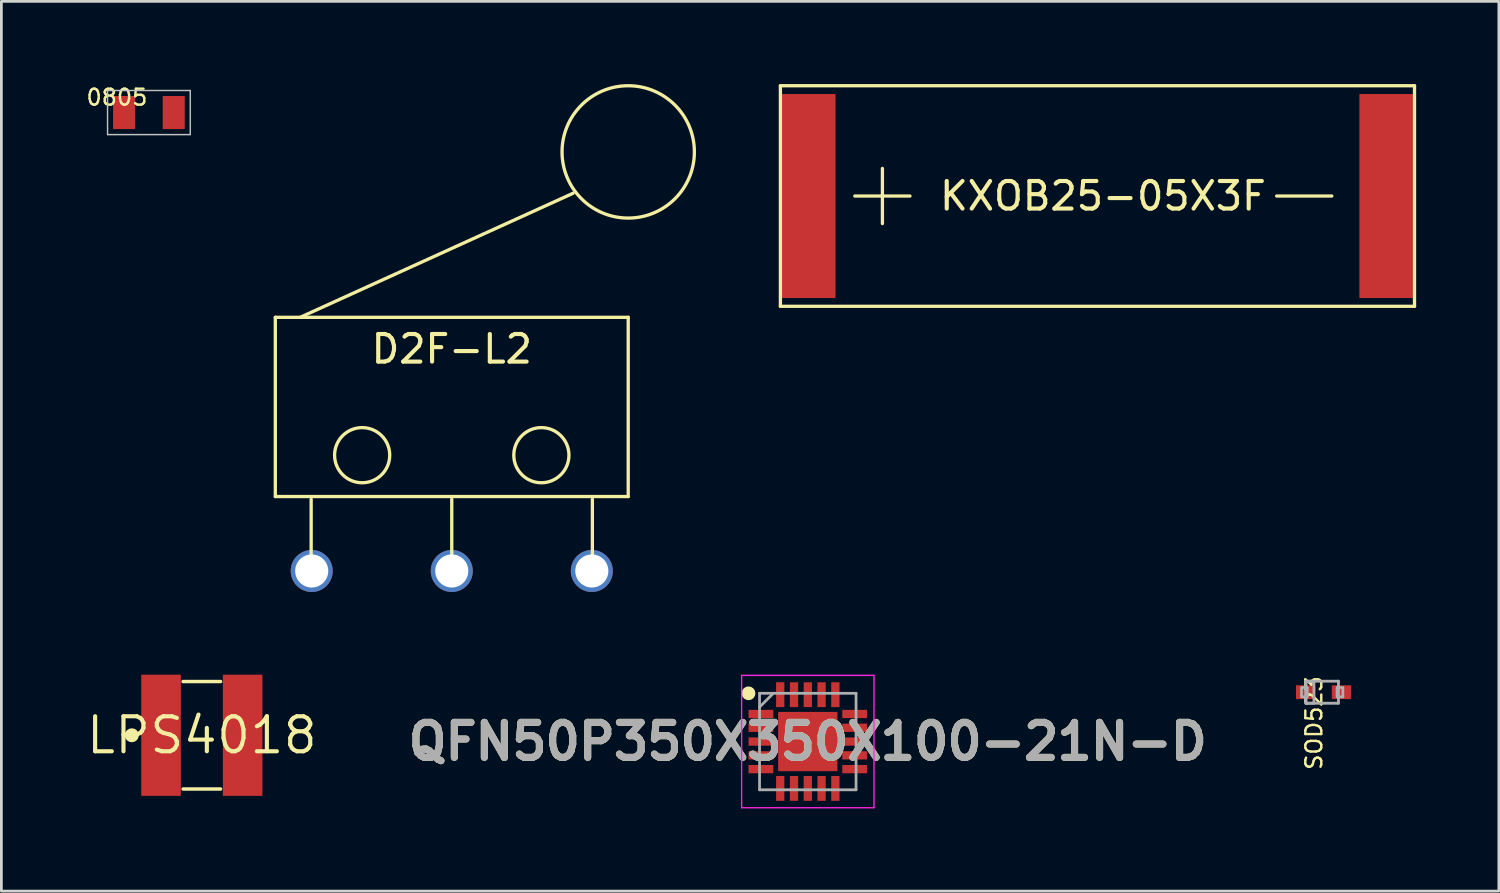
<source format=kicad_pcb>
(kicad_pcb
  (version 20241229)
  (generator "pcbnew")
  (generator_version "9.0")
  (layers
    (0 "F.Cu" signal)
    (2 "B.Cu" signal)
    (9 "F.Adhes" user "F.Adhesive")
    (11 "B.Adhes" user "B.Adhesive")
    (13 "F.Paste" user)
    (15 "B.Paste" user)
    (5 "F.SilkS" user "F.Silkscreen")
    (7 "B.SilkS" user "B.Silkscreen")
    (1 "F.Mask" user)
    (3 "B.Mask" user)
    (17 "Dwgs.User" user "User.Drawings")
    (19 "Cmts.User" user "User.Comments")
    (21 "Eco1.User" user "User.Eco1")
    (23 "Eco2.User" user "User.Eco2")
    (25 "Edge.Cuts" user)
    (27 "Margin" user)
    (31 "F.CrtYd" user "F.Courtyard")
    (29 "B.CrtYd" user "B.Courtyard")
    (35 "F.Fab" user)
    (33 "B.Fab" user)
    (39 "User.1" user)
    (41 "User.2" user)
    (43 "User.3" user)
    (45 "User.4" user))
  (footprint "SOD523"
    (layer "F.Cu")
    (at 44.907 22.057)
    (property "Reference" "SOD523" (at -0.635 -0.635 270) (layer "F.SilkS") (effects (font (size 0.579 0.579) (thickness 0.087)) (justify right top)))
    (attr through_hole)
    (fp_line (start -0.59 -0.4) (end 0.59 -0.4) (stroke (width 0.102) (type solid)) (layer "F.Fab"))
    (fp_line (start -0.59 0.4) (end -0.59 -0.4) (stroke (width 0.102) (type solid)) (layer "F.Fab"))
    (fp_line (start 0.59 -0.4) (end 0.59 0.4) (stroke (width 0.102) (type solid)) (layer "F.Fab"))
    (fp_line (start 0.59 0.4) (end -0.59 0.4) (stroke (width 0.102) (type solid)) (layer "F.Fab"))
    (fp_poly (pts (xy -0.75 0.17) (xy -0.54 0.17) (xy -0.54 -0.17) (xy -0.75 -0.17)) (stroke (width 0.1) (type solid)) (fill no) (layer "F.Fab"))
    (fp_poly (pts (xy -0.59 0.4) (xy -0.3 0.4) (xy -0.3 -0.4) (xy -0.59 -0.4)) (stroke (width 0.1) (type solid)) (fill no) (layer "F.Fab"))
    (fp_poly (pts (xy 0.54 0.17) (xy 0.75 0.17) (xy 0.75 -0.17) (xy 0.54 -0.17)) (stroke (width 0.1) (type solid)) (fill no) (layer "F.Fab"))
    (pad "A" smd rect (at 0.7 0) (size 0.7 0.5) (layers "F.Cu" "F.Mask" "F.Paste"))
    (pad "C" smd rect (at -0.6 0) (size 0.7 0.5) (layers "F.Cu" "F.Mask" "F.Paste")))
  (footprint "D2F-L2"
    (layer "F.Cu")
    (at 13.336 17.66)
    (property "Reference" "D2F-L2" (at 0 -8.05 0) (layer "F.SilkS") (effects (font (size 1 1) (thickness 0.15))))
    (attr through_hole)
    (fp_line (start -6.4 -9.2) (end -6.4 -2.7) (stroke (width 0.12) (type solid)) (layer "F.SilkS"))
    (fp_line (start -6.4 -9.2) (end 6.4 -9.2) (stroke (width 0.12) (type solid)) (layer "F.SilkS"))
    (fp_line (start -5.5 -9.2) (end 4.4 -13.7) (stroke (width 0.12) (type solid)) (layer "F.SilkS"))
    (fp_line (start -5.1 0) (end -5.1 -2.6) (stroke (width 0.12) (type solid)) (layer "F.SilkS"))
    (fp_line (start 0 0) (end 0 -2.6) (stroke (width 0.12) (type solid)) (layer "F.SilkS"))
    (fp_line (start 5.1 0) (end 5.1 -2.6) (stroke (width 0.12) (type solid)) (layer "F.SilkS"))
    (fp_line (start 6.4 -2.7) (end -6.4 -2.7) (stroke (width 0.12) (type solid)) (layer "F.SilkS"))
    (fp_line (start 6.4 -2.7) (end 6.4 -9.2) (stroke (width 0.12) (type solid)) (layer "F.SilkS"))
    (fp_circle (center -3.25 -4.2) (end -2.25 -4.2) (stroke (width 0.12) (type solid)) (fill no) (layer "F.SilkS"))
    (fp_circle (center 3.25 -4.2) (end 4.25 -4.2) (stroke (width 0.12) (type solid)) (fill no) (layer "F.SilkS"))
    (fp_circle (center 6.4 -15.2) (end 8.8 -15.2) (stroke (width 0.12) (type solid)) (fill no) (layer "F.SilkS"))
    (pad "1" thru_hole circle (at -5.08 0) (size 1.524 1.524) (drill 1.2) (layers "*.Cu" "*.Mask"))
    (pad "2" thru_hole circle (at 0 0) (size 1.524 1.524) (drill 1.2) (layers "*.Cu" "*.Mask"))
    (pad "3" thru_hole circle (at 5.08 0) (size 1.524 1.524) (drill 1.2) (layers "*.Cu" "*.Mask")))
  (footprint "LPS4018"
    (layer "F.Cu")
    (at 4.271 23.619)
    (property "Reference" "LPS4018" (at 0 0 0) (layer "F.SilkS") (effects (font (size 1.27 1.27) (thickness 0.15))))
    (attr through_hole)
    (fp_line (start -0.679 1.949) (end 0.679 1.949) (stroke (width 0.127) (type solid)) (layer "F.SilkS"))
    (fp_line (start 0.679 -1.949) (end -0.679 -1.949) (stroke (width 0.127) (type solid)) (layer "F.SilkS"))
    (fp_circle (center -2.54 0) (end -2.413 0) (stroke (width 0.254) (type solid)) (fill no) (layer "F.SilkS"))
    (pad "1" smd rect (at -1.48 0) (size 1.435 4.394) (layers "F.Cu" "F.Mask" "F.Paste"))
    (pad "2" smd rect (at 1.48 0) (size 1.435 4.394) (layers "F.Cu" "F.Mask" "F.Paste")))
  (footprint "0805"
    (layer "F.Cu")
    (at 2.351 1.032)
    (property "Reference" "0805" (at 0 -0.889 180) (layer "F.SilkS") (effects (font (size 0.579 0.579) (thickness 0.087)) (justify right top)))
    (attr through_hole)
    (fp_line (start -1.5 -0.8) (end 1.5 -0.8) (stroke (width 0.051) (type solid)) (layer "Dwgs.User"))
    (fp_line (start -1.5 0.8) (end -1.5 -0.8) (stroke (width 0.051) (type solid)) (layer "Dwgs.User"))
    (fp_line (start 1.5 -0.8) (end 1.5 0.8) (stroke (width 0.051) (type solid)) (layer "Dwgs.User"))
    (fp_line (start 1.5 0.8) (end -1.5 0.8) (stroke (width 0.051) (type solid)) (layer "Dwgs.User"))
    (pad "1" smd rect (at -0.9 0) (size 0.8 1.2) (layers "F.Cu" "F.Mask" "F.Paste"))
    (pad "2" smd rect (at 0.9 0) (size 0.8 1.2) (layers "F.Cu" "F.Mask" "F.Paste")))
  (footprint "KXOB25-05X3F"
    (layer "F.Cu")
    (at 26.256 4.06)
    (property "Reference" "KXOB25-05X3F" (at 10.7 0 0) (layer "F.SilkS") (effects (font (size 1 1) (thickness 0.15))))
    (attr through_hole)
    (fp_line (start -1 -4) (end 22 -4) (stroke (width 0.12) (type solid)) (layer "F.SilkS"))
    (fp_line (start -1 4) (end -1 -4) (stroke (width 0.12) (type solid)) (layer "F.SilkS"))
    (fp_line (start 1.7 0) (end 3.7 0) (stroke (width 0.12) (type solid)) (layer "F.SilkS"))
    (fp_line (start 2.7 -1) (end 2.7 1) (stroke (width 0.12) (type solid)) (layer "F.SilkS"))
    (fp_line (start 17 0) (end 19 0) (stroke (width 0.12) (type solid)) (layer "F.SilkS"))
    (fp_line (start 22 -4) (end 22 4) (stroke (width 0.12) (type solid)) (layer "F.SilkS"))
    (fp_line (start 22 4) (end -1 4) (stroke (width 0.12) (type solid)) (layer "F.SilkS"))
    (pad "1" smd rect (at 0 0) (size 2 7.4) (layers "F.Cu" "F.Mask" "F.Paste"))
    (pad "2" smd rect (at 21 0) (size 2 7.4) (layers "F.Cu" "F.Mask" "F.Paste")))
  (footprint "QFN50P350X350X100-21N-D"
    (layer "F.Cu")
    (at 26.25 23.847)
    (property "Reference" "QFN50P350X350X100-21N-D" (at 0 0 0) (layer "F.SilkS") (effects (font (size 1.27 1.27) (thickness 0.254))))
    (attr smd)
    (fp_circle (center -2.15 -1.75) (end -2.15 -1.625) (stroke (width 0.25) (type solid)) (fill no) (layer "F.SilkS"))
    (fp_line (start -2.4 -2.4) (end 2.4 -2.4) (stroke (width 0.05) (type solid)) (layer "F.CrtYd"))
    (fp_line (start -2.4 2.4) (end -2.4 -2.4) (stroke (width 0.05) (type solid)) (layer "F.CrtYd"))
    (fp_line (start 2.4 -2.4) (end 2.4 2.4) (stroke (width 0.05) (type solid)) (layer "F.CrtYd"))
    (fp_line (start 2.4 2.4) (end -2.4 2.4) (stroke (width 0.05) (type solid)) (layer "F.CrtYd"))
    (fp_line (start -1.75 -1.75) (end 1.75 -1.75) (stroke (width 0.1) (type solid)) (layer "F.Fab"))
    (fp_line (start -1.75 -1.25) (end -1.25 -1.75) (stroke (width 0.1) (type solid)) (layer "F.Fab"))
    (fp_line (start -1.75 1.75) (end -1.75 -1.75) (stroke (width 0.1) (type solid)) (layer "F.Fab"))
    (fp_line (start 1.75 -1.75) (end 1.75 1.75) (stroke (width 0.1) (type solid)) (layer "F.Fab"))
    (fp_line (start 1.75 1.75) (end -1.75 1.75) (stroke (width 0.1) (type solid)) (layer "F.Fab"))
    (fp_text user "${REFERENCE}" (at 0 0 0) (layer "F.Fab") (effects (font (size 1.27 1.27) (thickness 0.254))))
    (pad "1" smd rect (at -1.7 -1 90) (size 0.3 0.9) (layers "F.Cu" "F.Mask" "F.Paste"))
    (pad "2" smd rect (at -1.7 -0.5 90) (size 0.3 0.9) (layers "F.Cu" "F.Mask" "F.Paste"))
    (pad "3" smd rect (at -1.7 0 90) (size 0.3 0.9) (layers "F.Cu" "F.Mask" "F.Paste"))
    (pad "4" smd rect (at -1.7 0.5 90) (size 0.3 0.9) (layers "F.Cu" "F.Mask" "F.Paste"))
    (pad "5" smd rect (at -1.7 1 90) (size 0.3 0.9) (layers "F.Cu" "F.Mask" "F.Paste"))
    (pad "6" smd rect (at -1 1.7) (size 0.3 0.9) (layers "F.Cu" "F.Mask" "F.Paste"))
    (pad "7" smd rect (at -0.5 1.7) (size 0.3 0.9) (layers "F.Cu" "F.Mask" "F.Paste"))
    (pad "8" smd rect (at 0 1.7) (size 0.3 0.9) (layers "F.Cu" "F.Mask" "F.Paste"))
    (pad "9" smd rect (at 0.5 1.7) (size 0.3 0.9) (layers "F.Cu" "F.Mask" "F.Paste"))
    (pad "10" smd rect (at 1 1.7) (size 0.3 0.9) (layers "F.Cu" "F.Mask" "F.Paste"))
    (pad "11" smd rect (at 1.7 1 90) (size 0.3 0.9) (layers "F.Cu" "F.Mask" "F.Paste"))
    (pad "12" smd rect (at 1.7 0.5 90) (size 0.3 0.9) (layers "F.Cu" "F.Mask" "F.Paste"))
    (pad "13" smd rect (at 1.7 0 90) (size 0.3 0.9) (layers "F.Cu" "F.Mask" "F.Paste"))
    (pad "14" smd rect (at 1.7 -0.5 90) (size 0.3 0.9) (layers "F.Cu" "F.Mask" "F.Paste"))
    (pad "15" smd rect (at 1.7 -1 90) (size 0.3 0.9) (layers "F.Cu" "F.Mask" "F.Paste"))
    (pad "16" smd rect (at 1 -1.7) (size 0.3 0.9) (layers "F.Cu" "F.Mask" "F.Paste"))
    (pad "17" smd rect (at 0.5 -1.7) (size 0.3 0.9) (layers "F.Cu" "F.Mask" "F.Paste"))
    (pad "18" smd rect (at 0 -1.7) (size 0.3 0.9) (layers "F.Cu" "F.Mask" "F.Paste"))
    (pad "19" smd rect (at -0.5 -1.7) (size 0.3 0.9) (layers "F.Cu" "F.Mask" "F.Paste"))
    (pad "20" smd rect (at -1 -1.7) (size 0.3 0.9) (layers "F.Cu" "F.Mask" "F.Paste"))
    (pad "21" smd rect (at 0 0) (size 2.15 2.15) (layers "F.Cu" "F.Mask" "F.Paste")))
  (gr_rect
    (start -3 -3)
    (end 51.316 29.272)
    (stroke (width 0.1) (type default))
    (fill no)
    (layer "Edge.Cuts")))
</source>
